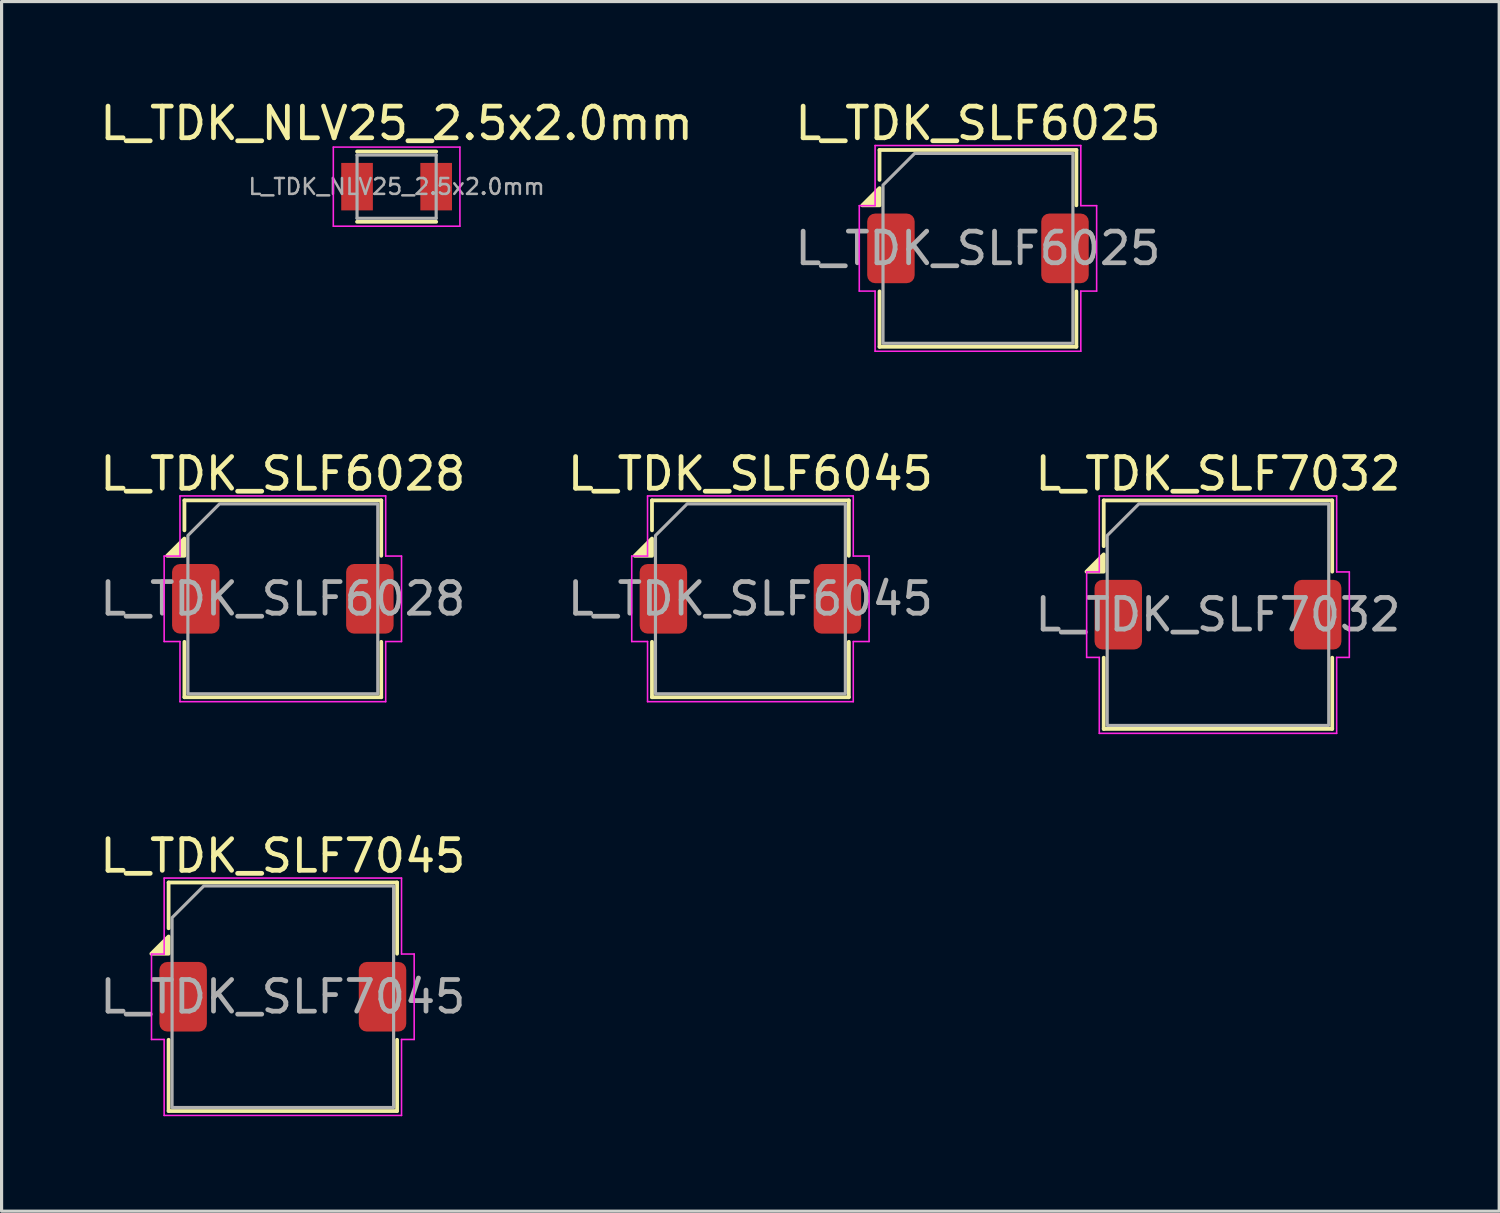
<source format=kicad_pcb>
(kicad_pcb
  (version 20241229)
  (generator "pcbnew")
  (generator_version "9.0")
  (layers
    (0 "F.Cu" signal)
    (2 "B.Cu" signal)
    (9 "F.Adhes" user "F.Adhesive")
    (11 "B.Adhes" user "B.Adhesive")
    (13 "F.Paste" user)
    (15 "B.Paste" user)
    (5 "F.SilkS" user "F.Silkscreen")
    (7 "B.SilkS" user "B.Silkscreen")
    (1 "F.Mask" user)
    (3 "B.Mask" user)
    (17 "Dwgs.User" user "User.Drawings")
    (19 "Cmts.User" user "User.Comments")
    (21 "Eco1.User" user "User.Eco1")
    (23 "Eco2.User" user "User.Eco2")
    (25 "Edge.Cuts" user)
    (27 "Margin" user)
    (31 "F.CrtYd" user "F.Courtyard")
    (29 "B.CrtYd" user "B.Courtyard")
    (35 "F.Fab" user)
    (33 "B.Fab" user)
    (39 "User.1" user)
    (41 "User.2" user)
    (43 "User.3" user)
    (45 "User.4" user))
  (footprint "L_TDK_SLF7045"
    (layer "F.Cu")
    (at 5.887 28.445)
    (property "Reference" "L_TDK_SLF7045" (at 0 -4.45 0) (layer "F.SilkS") (effects (font (size 1 1) (thickness 0.15))))
    (attr smd)
    (fp_line (start -3.61 -3.61) (end 3.61 -3.61) (stroke (width 0.12) (type solid)) (layer "F.SilkS"))
    (fp_line (start -3.61 -2.164) (end -3.61 -3.61) (stroke (width 0.12) (type solid)) (layer "F.SilkS"))
    (fp_line (start -3.61 3.61) (end -3.61 1.36) (stroke (width 0.12) (type solid)) (layer "F.SilkS"))
    (fp_line (start 3.61 -3.61) (end 3.61 -1.36) (stroke (width 0.12) (type solid)) (layer "F.SilkS"))
    (fp_line (start 3.61 1.36) (end 3.61 3.61) (stroke (width 0.12) (type solid)) (layer "F.SilkS"))
    (fp_line (start 3.61 3.61) (end -3.61 3.61) (stroke (width 0.12) (type solid)) (layer "F.SilkS"))
    (fp_poly (pts (xy -3.61 -1.36) (xy -4.154 -1.36) (xy -3.61 -1.904)) (stroke (width 0.12) (type solid)) (fill yes) (layer "F.SilkS"))
    (fp_line (start -4.15 -1.35) (end -3.75 -1.35) (stroke (width 0.05) (type solid)) (layer "F.CrtYd"))
    (fp_line (start -4.15 1.35) (end -4.15 -1.35) (stroke (width 0.05) (type solid)) (layer "F.CrtYd"))
    (fp_line (start -3.75 -3.75) (end 3.75 -3.75) (stroke (width 0.05) (type solid)) (layer "F.CrtYd"))
    (fp_line (start -3.75 -1.35) (end -3.75 -3.75) (stroke (width 0.05) (type solid)) (layer "F.CrtYd"))
    (fp_line (start -3.75 1.35) (end -4.15 1.35) (stroke (width 0.05) (type solid)) (layer "F.CrtYd"))
    (fp_line (start -3.75 3.75) (end -3.75 1.35) (stroke (width 0.05) (type solid)) (layer "F.CrtYd"))
    (fp_line (start 3.75 -3.75) (end 3.75 -1.35) (stroke (width 0.05) (type solid)) (layer "F.CrtYd"))
    (fp_line (start 3.75 -1.35) (end 4.15 -1.35) (stroke (width 0.05) (type solid)) (layer "F.CrtYd"))
    (fp_line (start 3.75 1.35) (end 3.75 3.75) (stroke (width 0.05) (type solid)) (layer "F.CrtYd"))
    (fp_line (start 3.75 3.75) (end -3.75 3.75) (stroke (width 0.05) (type solid)) (layer "F.CrtYd"))
    (fp_line (start 4.15 -1.35) (end 4.15 1.35) (stroke (width 0.05) (type solid)) (layer "F.CrtYd"))
    (fp_line (start 4.15 1.35) (end 3.75 1.35) (stroke (width 0.05) (type solid)) (layer "F.CrtYd"))
    (fp_poly (pts (xy -3.5 -2.5) (xy -3.5 3.5) (xy 3.5 3.5) (xy 3.5 -3.5) (xy -2.5 -3.5)) (stroke (width 0.1) (type solid)) (fill no) (layer "F.Fab"))
    (fp_text user "${REFERENCE}" (at 0 0 0) (layer "F.Fab") (effects (font (size 1 1) (thickness 0.15))))
    (pad "1" smd roundrect (at -3.15 0) (size 1.5 2.2) (layers "F.Cu" "F.Mask" "F.Paste") (roundrect_rratio 0.167))
    (pad "2" smd roundrect (at 3.15 0) (size 1.5 2.2) (layers "F.Cu" "F.Mask" "F.Paste") (roundrect_rratio 0.167)))
  (footprint "L_TDK_NLV25_2.5x2.0mm"
    (layer "F.Cu")
    (at 9.482 2.848)
    (property "Reference" "L_TDK_NLV25_2.5x2.0mm" (at 0 -2 0) (layer "F.SilkS") (effects (font (size 1 1) (thickness 0.15))))
    (attr smd)
    (fp_line (start -1.25 -1.11) (end 1.25 -1.11) (stroke (width 0.12) (type solid)) (layer "F.SilkS"))
    (fp_line (start 1.25 1.11) (end -1.25 1.11) (stroke (width 0.12) (type solid)) (layer "F.SilkS"))
    (fp_line (start -2 -1.25) (end 2 -1.25) (stroke (width 0.05) (type solid)) (layer "F.CrtYd"))
    (fp_line (start -2 1.25) (end -2 -1.25) (stroke (width 0.05) (type solid)) (layer "F.CrtYd"))
    (fp_line (start 2 -1.25) (end 2 1.25) (stroke (width 0.05) (type solid)) (layer "F.CrtYd"))
    (fp_line (start 2 1.25) (end -2 1.25) (stroke (width 0.05) (type solid)) (layer "F.CrtYd"))
    (fp_line (start -1.25 -1) (end 1.25 -1) (stroke (width 0.1) (type solid)) (layer "F.Fab"))
    (fp_line (start -1.25 1) (end -1.25 -1) (stroke (width 0.1) (type solid)) (layer "F.Fab"))
    (fp_line (start 1.25 -1) (end 1.25 1) (stroke (width 0.1) (type solid)) (layer "F.Fab"))
    (fp_line (start 1.25 1) (end -1.25 1) (stroke (width 0.1) (type solid)) (layer "F.Fab"))
    (fp_text user "${REFERENCE}" (at 0 0 0) (layer "F.Fab") (effects (font (size 0.5 0.5) (thickness 0.08))))
    (pad "1" smd rect (at -1.25 0) (size 1 1.5) (layers "F.Cu" "F.Mask" "F.Paste"))
    (pad "2" smd rect (at 1.25 0) (size 1 1.5) (layers "F.Cu" "F.Mask" "F.Paste")))
  (footprint "L_TDK_SLF6028"
    (layer "F.Cu")
    (at 5.887 15.871)
    (property "Reference" "L_TDK_SLF6028" (at 0 -3.95 0) (layer "F.SilkS") (effects (font (size 1 1) (thickness 0.15))))
    (attr smd)
    (fp_line (start -3.11 -3.11) (end 3.11 -3.11) (stroke (width 0.12) (type solid)) (layer "F.SilkS"))
    (fp_line (start -3.11 -2.164) (end -3.11 -3.11) (stroke (width 0.12) (type solid)) (layer "F.SilkS"))
    (fp_line (start -3.11 3.11) (end -3.11 1.36) (stroke (width 0.12) (type solid)) (layer "F.SilkS"))
    (fp_line (start 3.11 -3.11) (end 3.11 -1.36) (stroke (width 0.12) (type solid)) (layer "F.SilkS"))
    (fp_line (start 3.11 1.36) (end 3.11 3.11) (stroke (width 0.12) (type solid)) (layer "F.SilkS"))
    (fp_line (start 3.11 3.11) (end -3.11 3.11) (stroke (width 0.12) (type solid)) (layer "F.SilkS"))
    (fp_poly (pts (xy -3.11 -1.36) (xy -3.654 -1.36) (xy -3.11 -1.904)) (stroke (width 0.12) (type solid)) (fill yes) (layer "F.SilkS"))
    (fp_line (start -3.75 -1.35) (end -3.25 -1.35) (stroke (width 0.05) (type solid)) (layer "F.CrtYd"))
    (fp_line (start -3.75 1.35) (end -3.75 -1.35) (stroke (width 0.05) (type solid)) (layer "F.CrtYd"))
    (fp_line (start -3.25 -3.25) (end 3.25 -3.25) (stroke (width 0.05) (type solid)) (layer "F.CrtYd"))
    (fp_line (start -3.25 -1.35) (end -3.25 -3.25) (stroke (width 0.05) (type solid)) (layer "F.CrtYd"))
    (fp_line (start -3.25 1.35) (end -3.75 1.35) (stroke (width 0.05) (type solid)) (layer "F.CrtYd"))
    (fp_line (start -3.25 3.25) (end -3.25 1.35) (stroke (width 0.05) (type solid)) (layer "F.CrtYd"))
    (fp_line (start 3.25 -3.25) (end 3.25 -1.35) (stroke (width 0.05) (type solid)) (layer "F.CrtYd"))
    (fp_line (start 3.25 -1.35) (end 3.75 -1.35) (stroke (width 0.05) (type solid)) (layer "F.CrtYd"))
    (fp_line (start 3.25 1.35) (end 3.25 3.25) (stroke (width 0.05) (type solid)) (layer "F.CrtYd"))
    (fp_line (start 3.25 3.25) (end -3.25 3.25) (stroke (width 0.05) (type solid)) (layer "F.CrtYd"))
    (fp_line (start 3.75 -1.35) (end 3.75 1.35) (stroke (width 0.05) (type solid)) (layer "F.CrtYd"))
    (fp_line (start 3.75 1.35) (end 3.25 1.35) (stroke (width 0.05) (type solid)) (layer "F.CrtYd"))
    (fp_poly (pts (xy -3 -2) (xy -3 3) (xy 3 3) (xy 3 -3) (xy -2 -3)) (stroke (width 0.1) (type solid)) (fill no) (layer "F.Fab"))
    (fp_text user "${REFERENCE}" (at 0 0 0) (layer "F.Fab") (effects (font (size 1 1) (thickness 0.15))))
    (pad "1" smd roundrect (at -2.75 0) (size 1.5 2.2) (layers "F.Cu" "F.Mask" "F.Paste") (roundrect_rratio 0.167))
    (pad "2" smd roundrect (at 2.75 0) (size 1.5 2.2) (layers "F.Cu" "F.Mask" "F.Paste") (roundrect_rratio 0.167)))
  (footprint "L_TDK_SLF6025"
    (layer "F.Cu")
    (at 27.851 4.798)
    (property "Reference" "L_TDK_SLF6025" (at 0 -3.95 0) (layer "F.SilkS") (effects (font (size 1 1) (thickness 0.15))))
    (attr smd)
    (fp_line (start -3.11 -3.11) (end 3.11 -3.11) (stroke (width 0.12) (type solid)) (layer "F.SilkS"))
    (fp_line (start -3.11 -2.164) (end -3.11 -3.11) (stroke (width 0.12) (type solid)) (layer "F.SilkS"))
    (fp_line (start -3.11 3.11) (end -3.11 1.36) (stroke (width 0.12) (type solid)) (layer "F.SilkS"))
    (fp_line (start 3.11 -3.11) (end 3.11 -1.36) (stroke (width 0.12) (type solid)) (layer "F.SilkS"))
    (fp_line (start 3.11 1.36) (end 3.11 3.11) (stroke (width 0.12) (type solid)) (layer "F.SilkS"))
    (fp_line (start 3.11 3.11) (end -3.11 3.11) (stroke (width 0.12) (type solid)) (layer "F.SilkS"))
    (fp_poly (pts (xy -3.11 -1.36) (xy -3.654 -1.36) (xy -3.11 -1.904)) (stroke (width 0.12) (type solid)) (fill yes) (layer "F.SilkS"))
    (fp_line (start -3.75 -1.35) (end -3.25 -1.35) (stroke (width 0.05) (type solid)) (layer "F.CrtYd"))
    (fp_line (start -3.75 1.35) (end -3.75 -1.35) (stroke (width 0.05) (type solid)) (layer "F.CrtYd"))
    (fp_line (start -3.25 -3.25) (end 3.25 -3.25) (stroke (width 0.05) (type solid)) (layer "F.CrtYd"))
    (fp_line (start -3.25 -1.35) (end -3.25 -3.25) (stroke (width 0.05) (type solid)) (layer "F.CrtYd"))
    (fp_line (start -3.25 1.35) (end -3.75 1.35) (stroke (width 0.05) (type solid)) (layer "F.CrtYd"))
    (fp_line (start -3.25 3.25) (end -3.25 1.35) (stroke (width 0.05) (type solid)) (layer "F.CrtYd"))
    (fp_line (start 3.25 -3.25) (end 3.25 -1.35) (stroke (width 0.05) (type solid)) (layer "F.CrtYd"))
    (fp_line (start 3.25 -1.35) (end 3.75 -1.35) (stroke (width 0.05) (type solid)) (layer "F.CrtYd"))
    (fp_line (start 3.25 1.35) (end 3.25 3.25) (stroke (width 0.05) (type solid)) (layer "F.CrtYd"))
    (fp_line (start 3.25 3.25) (end -3.25 3.25) (stroke (width 0.05) (type solid)) (layer "F.CrtYd"))
    (fp_line (start 3.75 -1.35) (end 3.75 1.35) (stroke (width 0.05) (type solid)) (layer "F.CrtYd"))
    (fp_line (start 3.75 1.35) (end 3.25 1.35) (stroke (width 0.05) (type solid)) (layer "F.CrtYd"))
    (fp_poly (pts (xy -3 -2) (xy -3 3) (xy 3 3) (xy 3 -3) (xy -2 -3)) (stroke (width 0.1) (type solid)) (fill no) (layer "F.Fab"))
    (fp_text user "${REFERENCE}" (at 0 0 0) (layer "F.Fab") (effects (font (size 1 1) (thickness 0.15))))
    (pad "1" smd roundrect (at -2.75 0) (size 1.5 2.2) (layers "F.Cu" "F.Mask" "F.Paste") (roundrect_rratio 0.167))
    (pad "2" smd roundrect (at 2.75 0) (size 1.5 2.2) (layers "F.Cu" "F.Mask" "F.Paste") (roundrect_rratio 0.167)))
  (footprint "L_TDK_SLF7032"
    (layer "F.Cu")
    (at 35.435 16.372)
    (property "Reference" "L_TDK_SLF7032" (at 0 -4.45 0) (layer "F.SilkS") (effects (font (size 1 1) (thickness 0.15))))
    (attr smd)
    (fp_line (start -3.61 -3.61) (end 3.61 -3.61) (stroke (width 0.12) (type solid)) (layer "F.SilkS"))
    (fp_line (start -3.61 -2.164) (end -3.61 -3.61) (stroke (width 0.12) (type solid)) (layer "F.SilkS"))
    (fp_line (start -3.61 3.61) (end -3.61 1.36) (stroke (width 0.12) (type solid)) (layer "F.SilkS"))
    (fp_line (start 3.61 -3.61) (end 3.61 -1.36) (stroke (width 0.12) (type solid)) (layer "F.SilkS"))
    (fp_line (start 3.61 1.36) (end 3.61 3.61) (stroke (width 0.12) (type solid)) (layer "F.SilkS"))
    (fp_line (start 3.61 3.61) (end -3.61 3.61) (stroke (width 0.12) (type solid)) (layer "F.SilkS"))
    (fp_poly (pts (xy -3.61 -1.36) (xy -4.154 -1.36) (xy -3.61 -1.904)) (stroke (width 0.12) (type solid)) (fill yes) (layer "F.SilkS"))
    (fp_line (start -4.15 -1.35) (end -3.75 -1.35) (stroke (width 0.05) (type solid)) (layer "F.CrtYd"))
    (fp_line (start -4.15 1.35) (end -4.15 -1.35) (stroke (width 0.05) (type solid)) (layer "F.CrtYd"))
    (fp_line (start -3.75 -3.75) (end 3.75 -3.75) (stroke (width 0.05) (type solid)) (layer "F.CrtYd"))
    (fp_line (start -3.75 -1.35) (end -3.75 -3.75) (stroke (width 0.05) (type solid)) (layer "F.CrtYd"))
    (fp_line (start -3.75 1.35) (end -4.15 1.35) (stroke (width 0.05) (type solid)) (layer "F.CrtYd"))
    (fp_line (start -3.75 3.75) (end -3.75 1.35) (stroke (width 0.05) (type solid)) (layer "F.CrtYd"))
    (fp_line (start 3.75 -3.75) (end 3.75 -1.35) (stroke (width 0.05) (type solid)) (layer "F.CrtYd"))
    (fp_line (start 3.75 -1.35) (end 4.15 -1.35) (stroke (width 0.05) (type solid)) (layer "F.CrtYd"))
    (fp_line (start 3.75 1.35) (end 3.75 3.75) (stroke (width 0.05) (type solid)) (layer "F.CrtYd"))
    (fp_line (start 3.75 3.75) (end -3.75 3.75) (stroke (width 0.05) (type solid)) (layer "F.CrtYd"))
    (fp_line (start 4.15 -1.35) (end 4.15 1.35) (stroke (width 0.05) (type solid)) (layer "F.CrtYd"))
    (fp_line (start 4.15 1.35) (end 3.75 1.35) (stroke (width 0.05) (type solid)) (layer "F.CrtYd"))
    (fp_poly (pts (xy -3.5 -2.5) (xy -3.5 3.5) (xy 3.5 3.5) (xy 3.5 -3.5) (xy -2.5 -3.5)) (stroke (width 0.1) (type solid)) (fill no) (layer "F.Fab"))
    (fp_text user "${REFERENCE}" (at 0 0 0) (layer "F.Fab") (effects (font (size 1 1) (thickness 0.15))))
    (pad "1" smd roundrect (at -3.15 0) (size 1.5 2.2) (layers "F.Cu" "F.Mask" "F.Paste") (roundrect_rratio 0.167))
    (pad "2" smd roundrect (at 3.15 0) (size 1.5 2.2) (layers "F.Cu" "F.Mask" "F.Paste") (roundrect_rratio 0.167)))
  (footprint "L_TDK_SLF6045"
    (layer "F.Cu")
    (at 20.661 15.871)
    (property "Reference" "L_TDK_SLF6045" (at 0 -3.95 0) (layer "F.SilkS") (effects (font (size 1 1) (thickness 0.15))))
    (attr smd)
    (fp_line (start -3.11 -3.11) (end 3.11 -3.11) (stroke (width 0.12) (type solid)) (layer "F.SilkS"))
    (fp_line (start -3.11 -2.164) (end -3.11 -3.11) (stroke (width 0.12) (type solid)) (layer "F.SilkS"))
    (fp_line (start -3.11 3.11) (end -3.11 1.36) (stroke (width 0.12) (type solid)) (layer "F.SilkS"))
    (fp_line (start 3.11 -3.11) (end 3.11 -1.36) (stroke (width 0.12) (type solid)) (layer "F.SilkS"))
    (fp_line (start 3.11 1.36) (end 3.11 3.11) (stroke (width 0.12) (type solid)) (layer "F.SilkS"))
    (fp_line (start 3.11 3.11) (end -3.11 3.11) (stroke (width 0.12) (type solid)) (layer "F.SilkS"))
    (fp_poly (pts (xy -3.11 -1.36) (xy -3.654 -1.36) (xy -3.11 -1.904)) (stroke (width 0.12) (type solid)) (fill yes) (layer "F.SilkS"))
    (fp_line (start -3.75 -1.35) (end -3.25 -1.35) (stroke (width 0.05) (type solid)) (layer "F.CrtYd"))
    (fp_line (start -3.75 1.35) (end -3.75 -1.35) (stroke (width 0.05) (type solid)) (layer "F.CrtYd"))
    (fp_line (start -3.25 -3.25) (end 3.25 -3.25) (stroke (width 0.05) (type solid)) (layer "F.CrtYd"))
    (fp_line (start -3.25 -1.35) (end -3.25 -3.25) (stroke (width 0.05) (type solid)) (layer "F.CrtYd"))
    (fp_line (start -3.25 1.35) (end -3.75 1.35) (stroke (width 0.05) (type solid)) (layer "F.CrtYd"))
    (fp_line (start -3.25 3.25) (end -3.25 1.35) (stroke (width 0.05) (type solid)) (layer "F.CrtYd"))
    (fp_line (start 3.25 -3.25) (end 3.25 -1.35) (stroke (width 0.05) (type solid)) (layer "F.CrtYd"))
    (fp_line (start 3.25 -1.35) (end 3.75 -1.35) (stroke (width 0.05) (type solid)) (layer "F.CrtYd"))
    (fp_line (start 3.25 1.35) (end 3.25 3.25) (stroke (width 0.05) (type solid)) (layer "F.CrtYd"))
    (fp_line (start 3.25 3.25) (end -3.25 3.25) (stroke (width 0.05) (type solid)) (layer "F.CrtYd"))
    (fp_line (start 3.75 -1.35) (end 3.75 1.35) (stroke (width 0.05) (type solid)) (layer "F.CrtYd"))
    (fp_line (start 3.75 1.35) (end 3.25 1.35) (stroke (width 0.05) (type solid)) (layer "F.CrtYd"))
    (fp_poly (pts (xy -3 -2) (xy -3 3) (xy 3 3) (xy 3 -3) (xy -2 -3)) (stroke (width 0.1) (type solid)) (fill no) (layer "F.Fab"))
    (fp_text user "${REFERENCE}" (at 0 0 0) (layer "F.Fab") (effects (font (size 1 1) (thickness 0.15))))
    (pad "1" smd roundrect (at -2.75 0) (size 1.5 2.2) (layers "F.Cu" "F.Mask" "F.Paste") (roundrect_rratio 0.167))
    (pad "2" smd roundrect (at 2.75 0) (size 1.5 2.2) (layers "F.Cu" "F.Mask" "F.Paste") (roundrect_rratio 0.167)))
  (gr_rect
    (start -3 -3)
    (end 44.321 35.22)
    (stroke (width 0.1) (type default))
    (fill no)
    (layer "Edge.Cuts")))
</source>
